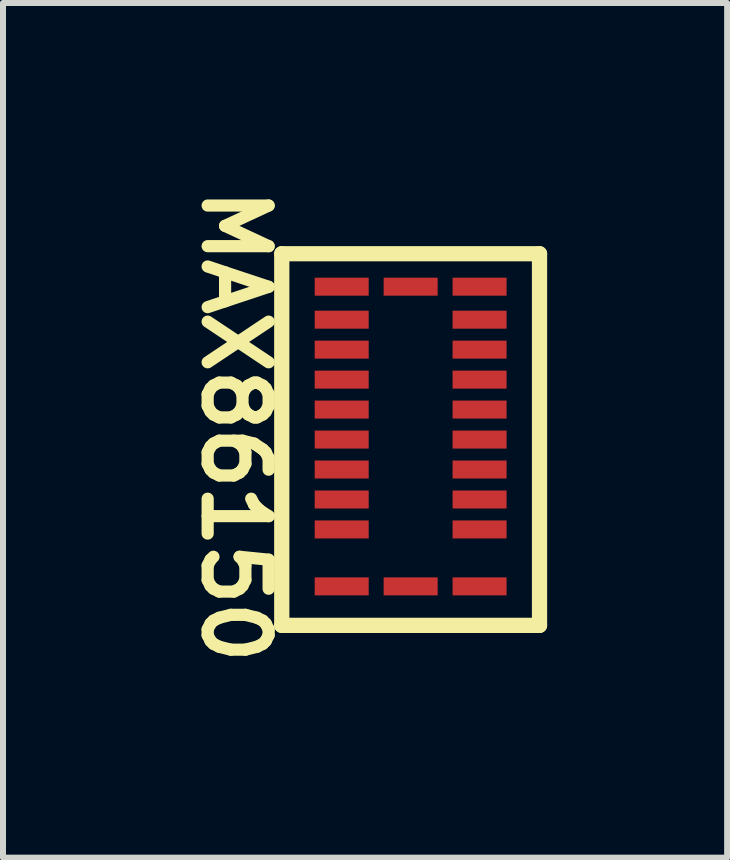
<source format=kicad_pcb>
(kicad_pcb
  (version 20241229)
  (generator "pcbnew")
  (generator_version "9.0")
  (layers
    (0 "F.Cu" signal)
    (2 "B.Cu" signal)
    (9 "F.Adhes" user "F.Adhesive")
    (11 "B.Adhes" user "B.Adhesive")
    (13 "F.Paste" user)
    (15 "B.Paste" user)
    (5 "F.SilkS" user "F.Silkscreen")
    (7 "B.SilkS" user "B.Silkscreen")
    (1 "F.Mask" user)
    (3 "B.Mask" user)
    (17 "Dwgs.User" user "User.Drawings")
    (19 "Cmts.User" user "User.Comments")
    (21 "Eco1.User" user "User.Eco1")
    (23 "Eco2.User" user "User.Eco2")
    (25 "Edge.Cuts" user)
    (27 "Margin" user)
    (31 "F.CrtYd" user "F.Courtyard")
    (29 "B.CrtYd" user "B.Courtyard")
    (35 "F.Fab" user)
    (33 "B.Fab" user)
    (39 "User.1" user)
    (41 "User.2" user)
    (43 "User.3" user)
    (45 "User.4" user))
  (footprint "MAX86150"
    (layer "F.Cu")
    (at 2.645 1.778)
    (property "Reference" "MAX86150" (at -2.369 -1.778 270) (unlocked yes) (layer "F.SilkS") (effects (font (size 1.016 1.016) (thickness 0.203)) (justify left bottom)))
    (attr through_hole)
    (fp_line (start -0.999 -0.599) (end -0.999 5.595) (stroke (width 0.254) (type solid)) (layer "F.SilkS"))
    (fp_line (start -0.999 -0.599) (end 3.297 -0.599) (stroke (width 0.254) (type solid)) (layer "F.SilkS"))
    (fp_line (start -0.999 5.595) (end 3.297 5.595) (stroke (width 0.254) (type solid)) (layer "F.SilkS"))
    (fp_line (start 3.297 -0.599) (end 3.297 5.595) (stroke (width 0.254) (type solid)) (layer "F.SilkS"))
    (pad "1" smd rect (at 0 -0.05 90) (size 0.3 0.9) (layers "F.Cu" "F.Mask" "F.Paste"))
    (pad "2" smd rect (at 0 0.5 90) (size 0.3 0.9) (layers "F.Cu" "F.Mask" "F.Paste"))
    (pad "3" smd rect (at 0 0.999 90) (size 0.3 0.9) (layers "F.Cu" "F.Mask" "F.Paste"))
    (pad "4" smd rect (at 0 1.499 90) (size 0.3 0.9) (layers "F.Cu" "F.Mask" "F.Paste"))
    (pad "5" smd rect (at 0 1.998 90) (size 0.3 0.9) (layers "F.Cu" "F.Mask" "F.Paste"))
    (pad "6" smd rect (at 0 2.498 90) (size 0.3 0.9) (layers "F.Cu" "F.Mask" "F.Paste"))
    (pad "7" smd rect (at 0 2.997 90) (size 0.3 0.9) (layers "F.Cu" "F.Mask" "F.Paste"))
    (pad "8" smd rect (at 0 3.497 90) (size 0.3 0.9) (layers "F.Cu" "F.Mask" "F.Paste"))
    (pad "9" smd rect (at 0 3.996 90) (size 0.3 0.9) (layers "F.Cu" "F.Mask" "F.Paste"))
    (pad "10" smd rect (at 0 4.945 90) (size 0.3 0.9) (layers "F.Cu" "F.Mask" "F.Paste"))
    (pad "11" smd rect (at 1.149 4.945 90) (size 0.3 0.9) (layers "F.Cu" "F.Mask" "F.Paste"))
    (pad "12" smd rect (at 2.298 4.945 90) (size 0.3 0.9) (layers "F.Cu" "F.Mask" "F.Paste"))
    (pad "13" smd rect (at 2.298 3.996 90) (size 0.3 0.9) (layers "F.Cu" "F.Mask" "F.Paste"))
    (pad "14" smd rect (at 2.298 3.497 90) (size 0.3 0.9) (layers "F.Cu" "F.Mask" "F.Paste"))
    (pad "15" smd rect (at 2.298 2.997 90) (size 0.3 0.9) (layers "F.Cu" "F.Mask" "F.Paste"))
    (pad "16" smd rect (at 2.298 2.498 90) (size 0.3 0.9) (layers "F.Cu" "F.Mask" "F.Paste"))
    (pad "17" smd rect (at 2.298 1.998 90) (size 0.3 0.9) (layers "F.Cu" "F.Mask" "F.Paste"))
    (pad "18" smd rect (at 2.298 1.499 90) (size 0.3 0.9) (layers "F.Cu" "F.Mask" "F.Paste"))
    (pad "19" smd rect (at 2.298 0.999 90) (size 0.3 0.9) (layers "F.Cu" "F.Mask" "F.Paste"))
    (pad "20" smd rect (at 2.298 0.5 90) (size 0.3 0.9) (layers "F.Cu" "F.Mask" "F.Paste"))
    (pad "21" smd rect (at 2.298 -0.05 90) (size 0.3 0.9) (layers "F.Cu" "F.Mask" "F.Paste"))
    (pad "22" smd rect (at 1.149 -0.05 90) (size 0.3 0.9) (layers "F.Cu" "F.Mask" "F.Paste")))
  (gr_rect
    (start -3 -3)
    (end 9.069 11.244)
    (stroke (width 0.1) (type default))
    (fill no)
    (layer "Edge.Cuts")))
</source>
